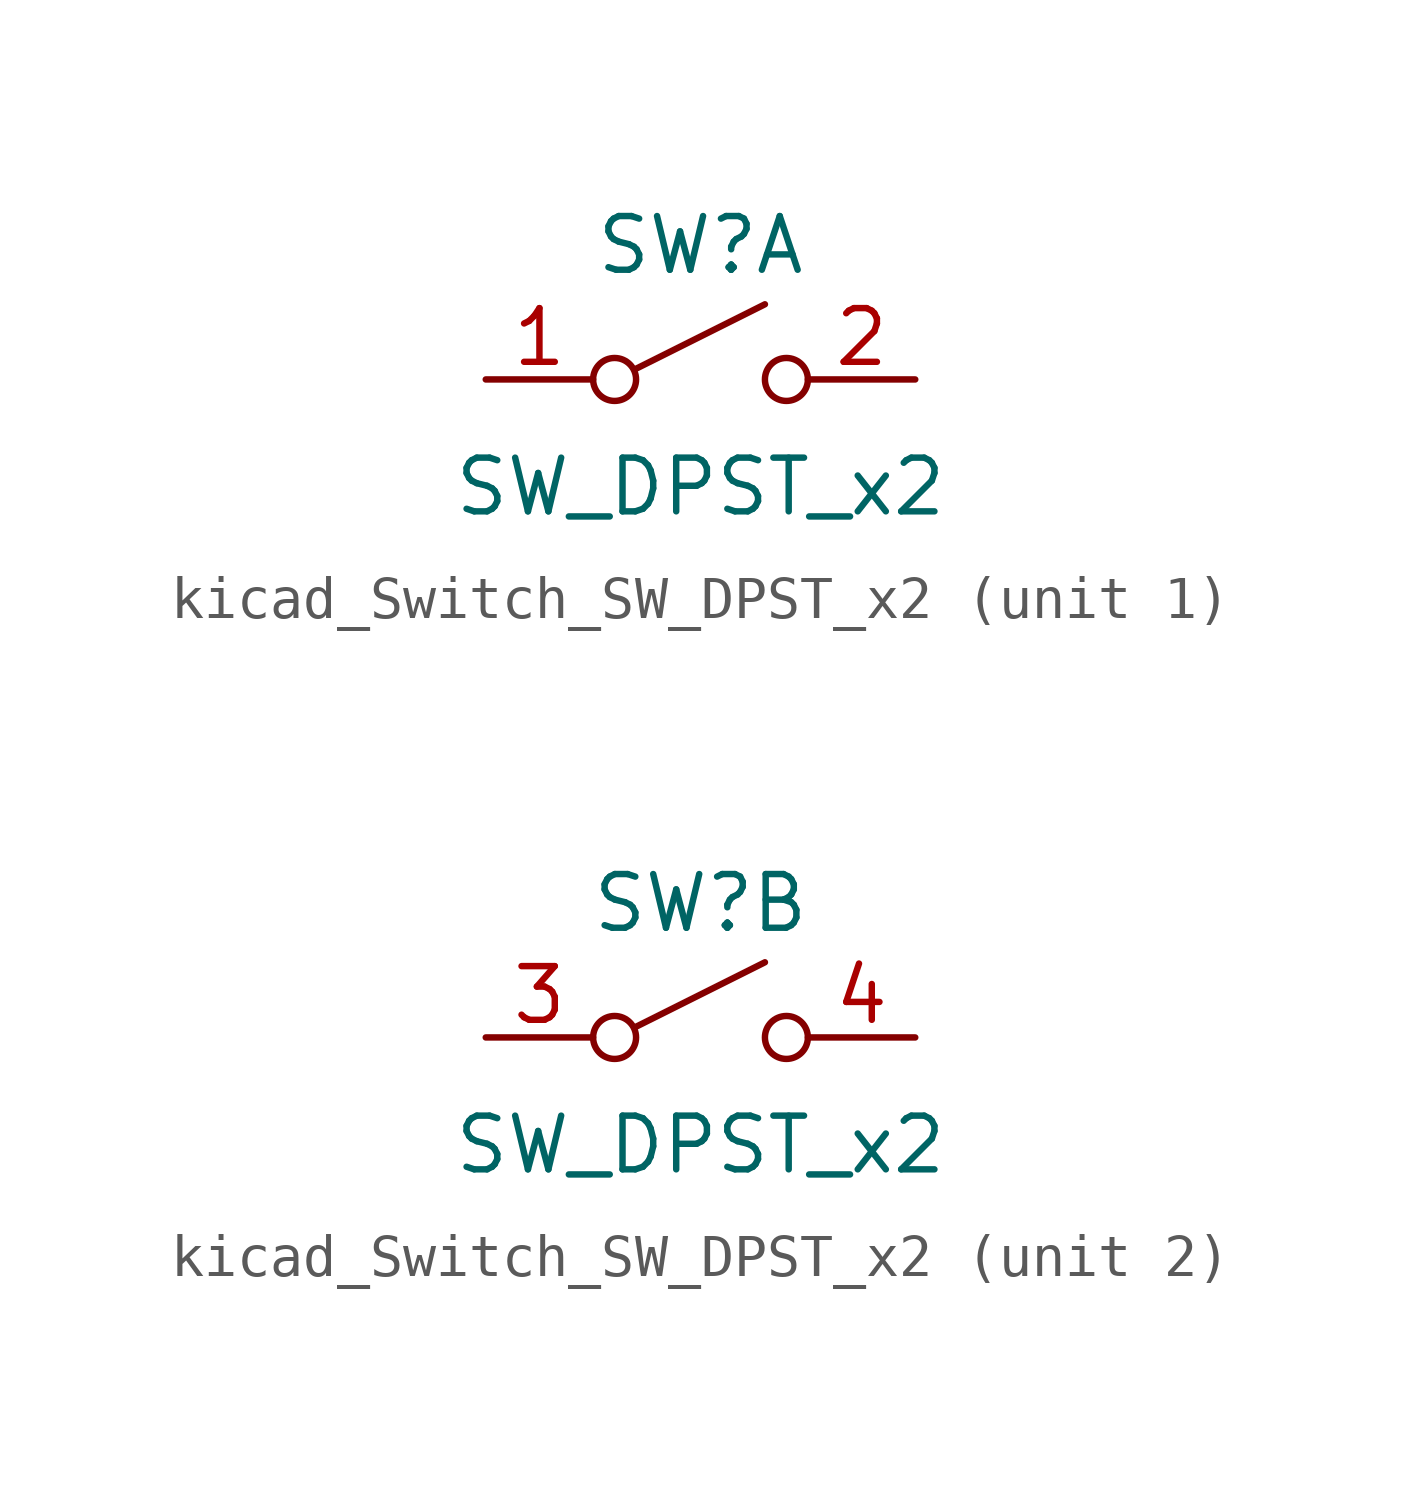
<source format=kicad_sym>
(kicad_symbol_lib
  (version 20220914)
  (generator kicad_symbol_editor)
  (symbol "kicad_Switch_SW_DPST_x2"
    (pin_names
      (offset 0) hide)
    (property "Reference" "SW"
      (at 0 3.175 0)
      (effects (font (size 1.27 1.27))))
    (property "Value" "SW_DPST_x2"
      (at 0 -2.54 0)
      (effects (font (size 1.27 1.27))))
    (symbol "kicad_Switch_SW_DPST_x2_0_0"
      (circle (center -2.032 0) (radius 0.508) (stroke (width 0) (type default)) (fill (type none)))
      (polyline (pts (xy -1.524 0.254) (xy 1.524 1.778)) (stroke (width 0) (type default)) (fill (type none)))
      (circle (center 2.032 0) (radius 0.508) (stroke (width 0) (type default)) (fill (type none))))
    (symbol "kicad_Switch_SW_DPST_x2_1_1"
      (pin passive line (at -5.08 0 0) (length 2.54) (name "A" (effects (font (size 1.27 1.27)))) (number "1" (effects (font (size 1.27 1.27)))))
      (pin passive line (at 5.08 0 180) (length 2.54) (name "B" (effects (font (size 1.27 1.27)))) (number "2" (effects (font (size 1.27 1.27))))))
    (symbol "kicad_Switch_SW_DPST_x2_2_1"
      (pin passive line (at -5.08 0 0) (length 2.54) (name "A" (effects (font (size 1.27 1.27)))) (number "3" (effects (font (size 1.27 1.27)))))
      (pin passive line (at 5.08 0 180) (length 2.54) (name "B" (effects (font (size 1.27 1.27)))) (number "4" (effects (font (size 1.27 1.27))))))))
</source>
